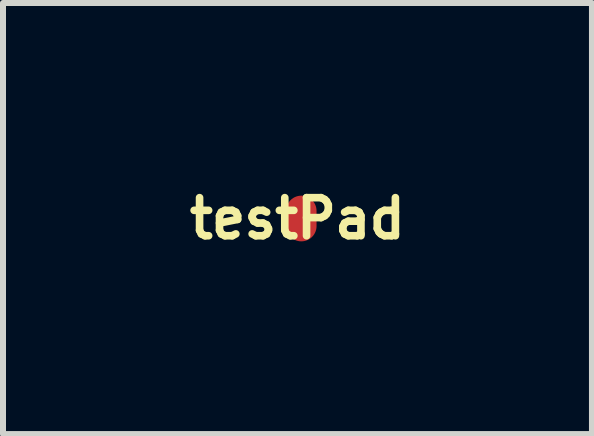
<source format=kicad_pcb>
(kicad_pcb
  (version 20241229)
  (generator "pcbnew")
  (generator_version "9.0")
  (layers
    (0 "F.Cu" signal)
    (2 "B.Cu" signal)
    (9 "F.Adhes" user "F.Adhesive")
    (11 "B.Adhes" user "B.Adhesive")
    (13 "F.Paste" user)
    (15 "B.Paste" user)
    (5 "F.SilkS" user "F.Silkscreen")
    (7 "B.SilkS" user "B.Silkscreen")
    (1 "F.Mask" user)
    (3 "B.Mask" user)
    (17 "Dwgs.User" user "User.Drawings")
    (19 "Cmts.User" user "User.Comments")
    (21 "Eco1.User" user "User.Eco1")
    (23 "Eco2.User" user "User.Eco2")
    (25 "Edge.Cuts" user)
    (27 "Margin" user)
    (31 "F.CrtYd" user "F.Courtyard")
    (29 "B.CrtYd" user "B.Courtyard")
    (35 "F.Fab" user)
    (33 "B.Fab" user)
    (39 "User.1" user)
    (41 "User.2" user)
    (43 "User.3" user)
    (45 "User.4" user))
  (footprint "testPad"
    (layer "F.Cu")
    (at 1.975 0.594)
    (property "Reference" "testPad" (at -0.064 0 0) (layer "F.SilkS") (effects (font (size 0.635 0.635) (thickness 0.127))))
    (attr through_hole)
    (pad "1" smd oval (at 0 0) (size 0.508 0.762) (layers "F.Cu" "F.Mask" "F.Paste")))
  (gr_rect
    (start -3 -3)
    (end 6.822 4.189)
    (stroke (width 0.1) (type default))
    (fill no)
    (layer "Edge.Cuts")))
</source>
